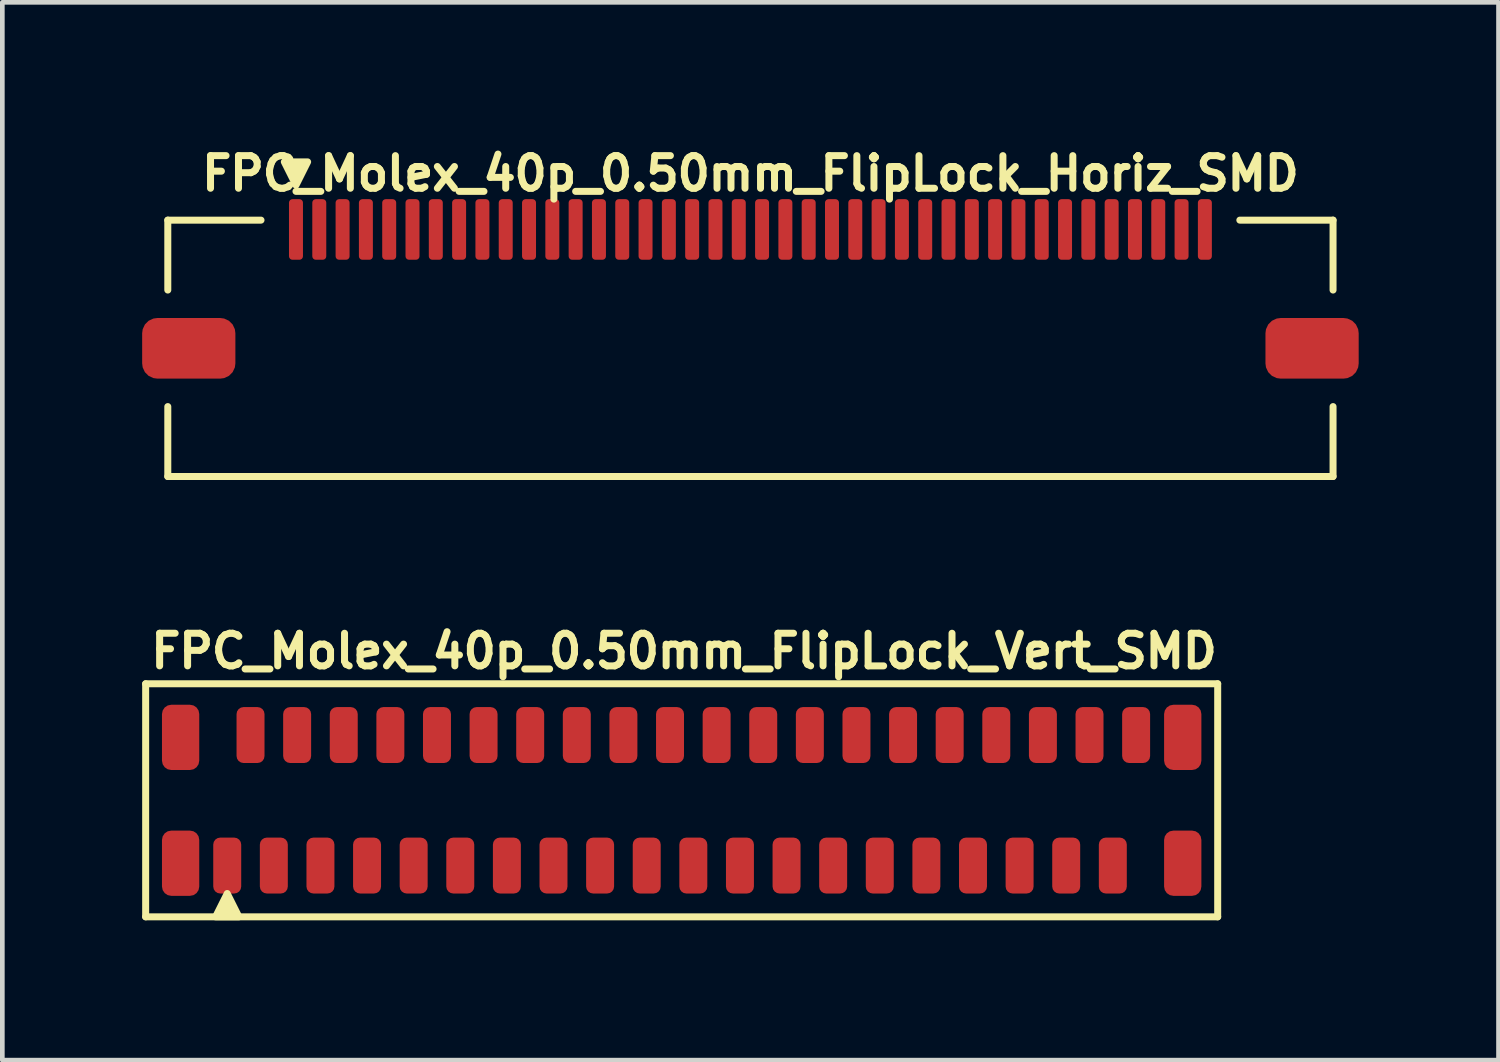
<source format=kicad_pcb>
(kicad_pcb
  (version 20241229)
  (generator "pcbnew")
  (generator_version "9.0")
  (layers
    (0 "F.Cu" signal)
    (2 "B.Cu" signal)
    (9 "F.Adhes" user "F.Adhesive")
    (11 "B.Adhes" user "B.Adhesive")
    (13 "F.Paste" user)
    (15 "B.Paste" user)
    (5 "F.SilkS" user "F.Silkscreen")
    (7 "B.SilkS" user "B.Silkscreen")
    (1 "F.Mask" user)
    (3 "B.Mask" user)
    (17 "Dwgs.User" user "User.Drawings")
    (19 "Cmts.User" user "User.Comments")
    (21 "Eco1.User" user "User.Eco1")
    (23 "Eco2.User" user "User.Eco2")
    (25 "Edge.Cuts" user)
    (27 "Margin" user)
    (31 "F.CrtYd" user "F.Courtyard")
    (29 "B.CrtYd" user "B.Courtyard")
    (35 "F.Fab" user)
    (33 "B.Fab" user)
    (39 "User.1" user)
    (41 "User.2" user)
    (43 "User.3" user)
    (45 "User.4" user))
  (footprint "FPC_Molex_40p_0.50mm_FlipLock_Horiz_SMD"
    (layer "F.Cu")
    (at 13.05 2.673)
    (property "Reference" "FPC_Molex_40p_0.50mm_FlipLock_Horiz_SMD" (at 0 -2 0) (layer "F.SilkS") (effects (font (size 0.7 0.7) (thickness 0.15))))
    (attr smd)
    (fp_line (start -12.5 -1) (end -12.5 0.5) (stroke (width 0.15) (type solid)) (layer "F.SilkS"))
    (fp_line (start -12.5 3) (end -12.5 4.5) (stroke (width 0.15) (type solid)) (layer "F.SilkS"))
    (fp_line (start -12.5 4.5) (end 12.5 4.5) (stroke (width 0.15) (type solid)) (layer "F.SilkS"))
    (fp_line (start -10.5 -1) (end -12.5 -1) (stroke (width 0.15) (type solid)) (layer "F.SilkS"))
    (fp_line (start 10.5 -1) (end 12.5 -1) (stroke (width 0.15) (type solid)) (layer "F.SilkS"))
    (fp_line (start 12.5 -1) (end 12.5 0.5) (stroke (width 0.15) (type solid)) (layer "F.SilkS"))
    (fp_line (start 12.5 4.5) (end 12.5 3) (stroke (width 0.15) (type solid)) (layer "F.SilkS"))
    (fp_poly (pts (xy -9.75 -1.75) (xy -10 -2.25) (xy -9.5 -2.25)) (stroke (width 0.15) (type solid)) (fill yes) (layer "F.SilkS"))
    (pad "1" smd roundrect (at -9.75 -0.8) (size 0.3 1.3) (layers "F.Cu" "F.Mask" "F.Paste") (roundrect_rratio 0.25))
    (pad "2" smd roundrect (at -9.25 -0.8) (size 0.3 1.3) (layers "F.Cu" "F.Mask" "F.Paste") (roundrect_rratio 0.25))
    (pad "3" smd roundrect (at -8.75 -0.8) (size 0.3 1.3) (layers "F.Cu" "F.Mask" "F.Paste") (roundrect_rratio 0.25))
    (pad "4" smd roundrect (at -8.25 -0.8) (size 0.3 1.3) (layers "F.Cu" "F.Mask" "F.Paste") (roundrect_rratio 0.25))
    (pad "5" smd roundrect (at -7.75 -0.8) (size 0.3 1.3) (layers "F.Cu" "F.Mask" "F.Paste") (roundrect_rratio 0.25))
    (pad "6" smd roundrect (at -7.25 -0.8) (size 0.3 1.3) (layers "F.Cu" "F.Mask" "F.Paste") (roundrect_rratio 0.25))
    (pad "7" smd roundrect (at -6.75 -0.8) (size 0.3 1.3) (layers "F.Cu" "F.Mask" "F.Paste") (roundrect_rratio 0.25))
    (pad "8" smd roundrect (at -6.25 -0.8) (size 0.3 1.3) (layers "F.Cu" "F.Mask" "F.Paste") (roundrect_rratio 0.25))
    (pad "9" smd roundrect (at -5.75 -0.8) (size 0.3 1.3) (layers "F.Cu" "F.Mask" "F.Paste") (roundrect_rratio 0.25))
    (pad "10" smd roundrect (at -5.25 -0.8) (size 0.3 1.3) (layers "F.Cu" "F.Mask" "F.Paste") (roundrect_rratio 0.25))
    (pad "11" smd roundrect (at -4.75 -0.8) (size 0.3 1.3) (layers "F.Cu" "F.Mask" "F.Paste") (roundrect_rratio 0.25))
    (pad "12" smd roundrect (at -4.25 -0.8) (size 0.3 1.3) (layers "F.Cu" "F.Mask" "F.Paste") (roundrect_rratio 0.25))
    (pad "13" smd roundrect (at -3.75 -0.8) (size 0.3 1.3) (layers "F.Cu" "F.Mask" "F.Paste") (roundrect_rratio 0.25))
    (pad "14" smd roundrect (at -3.25 -0.8) (size 0.3 1.3) (layers "F.Cu" "F.Mask" "F.Paste") (roundrect_rratio 0.25))
    (pad "15" smd roundrect (at -2.75 -0.8) (size 0.3 1.3) (layers "F.Cu" "F.Mask" "F.Paste") (roundrect_rratio 0.25))
    (pad "16" smd roundrect (at -2.25 -0.8) (size 0.3 1.3) (layers "F.Cu" "F.Mask" "F.Paste") (roundrect_rratio 0.25))
    (pad "17" smd roundrect (at -1.75 -0.8) (size 0.3 1.3) (layers "F.Cu" "F.Mask" "F.Paste") (roundrect_rratio 0.25))
    (pad "18" smd roundrect (at -1.25 -0.8) (size 0.3 1.3) (layers "F.Cu" "F.Mask" "F.Paste") (roundrect_rratio 0.25))
    (pad "19" smd roundrect (at -0.75 -0.8) (size 0.3 1.3) (layers "F.Cu" "F.Mask" "F.Paste") (roundrect_rratio 0.25))
    (pad "20" smd roundrect (at -0.25 -0.8) (size 0.3 1.3) (layers "F.Cu" "F.Mask" "F.Paste") (roundrect_rratio 0.25))
    (pad "21" smd roundrect (at 0.25 -0.8) (size 0.3 1.3) (layers "F.Cu" "F.Mask" "F.Paste") (roundrect_rratio 0.25))
    (pad "22" smd roundrect (at 0.75 -0.8) (size 0.3 1.3) (layers "F.Cu" "F.Mask" "F.Paste") (roundrect_rratio 0.25))
    (pad "23" smd roundrect (at 1.25 -0.8) (size 0.3 1.3) (layers "F.Cu" "F.Mask" "F.Paste") (roundrect_rratio 0.25))
    (pad "24" smd roundrect (at 1.75 -0.8) (size 0.3 1.3) (layers "F.Cu" "F.Mask" "F.Paste") (roundrect_rratio 0.25))
    (pad "25" smd roundrect (at 2.25 -0.8) (size 0.3 1.3) (layers "F.Cu" "F.Mask" "F.Paste") (roundrect_rratio 0.25))
    (pad "26" smd roundrect (at 2.75 -0.8) (size 0.3 1.3) (layers "F.Cu" "F.Mask" "F.Paste") (roundrect_rratio 0.25))
    (pad "27" smd roundrect (at 3.25 -0.8) (size 0.3 1.3) (layers "F.Cu" "F.Mask" "F.Paste") (roundrect_rratio 0.25))
    (pad "28" smd roundrect (at 3.75 -0.8) (size 0.3 1.3) (layers "F.Cu" "F.Mask" "F.Paste") (roundrect_rratio 0.25))
    (pad "29" smd roundrect (at 4.25 -0.8) (size 0.3 1.3) (layers "F.Cu" "F.Mask" "F.Paste") (roundrect_rratio 0.25))
    (pad "30" smd roundrect (at 4.75 -0.8) (size 0.3 1.3) (layers "F.Cu" "F.Mask" "F.Paste") (roundrect_rratio 0.25))
    (pad "31" smd roundrect (at 5.25 -0.8) (size 0.3 1.3) (layers "F.Cu" "F.Mask" "F.Paste") (roundrect_rratio 0.25))
    (pad "32" smd roundrect (at 5.75 -0.8) (size 0.3 1.3) (layers "F.Cu" "F.Mask" "F.Paste") (roundrect_rratio 0.25))
    (pad "33" smd roundrect (at 6.25 -0.8) (size 0.3 1.3) (layers "F.Cu" "F.Mask" "F.Paste") (roundrect_rratio 0.25))
    (pad "34" smd roundrect (at 6.75 -0.8) (size 0.3 1.3) (layers "F.Cu" "F.Mask" "F.Paste") (roundrect_rratio 0.25))
    (pad "35" smd roundrect (at 7.25 -0.8) (size 0.3 1.3) (layers "F.Cu" "F.Mask" "F.Paste") (roundrect_rratio 0.25))
    (pad "36" smd roundrect (at 7.75 -0.8) (size 0.3 1.3) (layers "F.Cu" "F.Mask" "F.Paste") (roundrect_rratio 0.25))
    (pad "37" smd roundrect (at 8.25 -0.8) (size 0.3 1.3) (layers "F.Cu" "F.Mask" "F.Paste") (roundrect_rratio 0.25))
    (pad "38" smd roundrect (at 8.75 -0.8) (size 0.3 1.3) (layers "F.Cu" "F.Mask" "F.Paste") (roundrect_rratio 0.25))
    (pad "39" smd roundrect (at 9.25 -0.8) (size 0.3 1.3) (layers "F.Cu" "F.Mask" "F.Paste") (roundrect_rratio 0.25))
    (pad "40" smd roundrect (at 9.75 -0.8) (size 0.3 1.3) (layers "F.Cu" "F.Mask" "F.Paste") (roundrect_rratio 0.25))
    (pad "41" smd roundrect (at -12.05 1.75) (size 2 1.3) (layers "F.Cu" "F.Mask" "F.Paste") (roundrect_rratio 0.25))
    (pad "41" smd roundrect (at 12.05 1.75) (size 2 1.3) (layers "F.Cu" "F.Mask" "F.Paste") (roundrect_rratio 0.25)))
  (footprint "FPC_Molex_40p_0.50mm_FlipLock_Vert_SMD"
    (layer "F.Cu")
    (at 11.575 14.12)
    (property "Reference" "FPC_Molex_40p_0.50mm_FlipLock_Vert_SMD" (at 0.05 -3.2 0) (layer "F.SilkS") (effects (font (size 0.7 0.7) (thickness 0.15))))
    (attr smd)
    (fp_line (start -11.5 -2.5) (end 11.5 -2.5) (stroke (width 0.15) (type solid)) (layer "F.SilkS"))
    (fp_line (start -11.5 2.5) (end -11.5 -2.5) (stroke (width 0.15) (type solid)) (layer "F.SilkS"))
    (fp_line (start 11.5 -2.5) (end 11.5 2.5) (stroke (width 0.15) (type solid)) (layer "F.SilkS"))
    (fp_line (start 11.5 2.5) (end -11.5 2.5) (stroke (width 0.15) (type solid)) (layer "F.SilkS"))
    (fp_poly (pts (xy -9.75 2) (xy -10 2.5) (xy -9.5 2.5)) (stroke (width 0.15) (type solid)) (fill yes) (layer "F.SilkS"))
    (pad "1" smd roundrect (at -9.75 1.4) (size 0.6 1.2) (layers "F.Cu" "F.Mask" "F.Paste") (roundrect_rratio 0.25))
    (pad "2" smd roundrect (at -9.25 -1.4) (size 0.6 1.2) (layers "F.Cu" "F.Mask" "F.Paste") (roundrect_rratio 0.25))
    (pad "3" smd roundrect (at -8.75 1.4) (size 0.6 1.2) (layers "F.Cu" "F.Mask" "F.Paste") (roundrect_rratio 0.25))
    (pad "4" smd roundrect (at -8.25 -1.4) (size 0.6 1.2) (layers "F.Cu" "F.Mask" "F.Paste") (roundrect_rratio 0.25))
    (pad "5" smd roundrect (at -7.75 1.4) (size 0.6 1.2) (layers "F.Cu" "F.Mask" "F.Paste") (roundrect_rratio 0.25))
    (pad "6" smd roundrect (at -7.25 -1.4) (size 0.6 1.2) (layers "F.Cu" "F.Mask" "F.Paste") (roundrect_rratio 0.25))
    (pad "7" smd roundrect (at -6.75 1.4) (size 0.6 1.2) (layers "F.Cu" "F.Mask" "F.Paste") (roundrect_rratio 0.25))
    (pad "8" smd roundrect (at -6.25 -1.4) (size 0.6 1.2) (layers "F.Cu" "F.Mask" "F.Paste") (roundrect_rratio 0.25))
    (pad "9" smd roundrect (at -5.75 1.4) (size 0.6 1.2) (layers "F.Cu" "F.Mask" "F.Paste") (roundrect_rratio 0.25))
    (pad "10" smd roundrect (at -5.25 -1.4) (size 0.6 1.2) (layers "F.Cu" "F.Mask" "F.Paste") (roundrect_rratio 0.25))
    (pad "11" smd roundrect (at -4.75 1.4) (size 0.6 1.2) (layers "F.Cu" "F.Mask" "F.Paste") (roundrect_rratio 0.25))
    (pad "12" smd roundrect (at -4.25 -1.4) (size 0.6 1.2) (layers "F.Cu" "F.Mask" "F.Paste") (roundrect_rratio 0.25))
    (pad "13" smd roundrect (at -3.75 1.4) (size 0.6 1.2) (layers "F.Cu" "F.Mask" "F.Paste") (roundrect_rratio 0.25))
    (pad "14" smd roundrect (at -3.25 -1.4) (size 0.6 1.2) (layers "F.Cu" "F.Mask" "F.Paste") (roundrect_rratio 0.25))
    (pad "15" smd roundrect (at -2.75 1.4) (size 0.6 1.2) (layers "F.Cu" "F.Mask" "F.Paste") (roundrect_rratio 0.25))
    (pad "16" smd roundrect (at -2.25 -1.4) (size 0.6 1.2) (layers "F.Cu" "F.Mask" "F.Paste") (roundrect_rratio 0.25))
    (pad "17" smd roundrect (at -1.75 1.4) (size 0.6 1.2) (layers "F.Cu" "F.Mask" "F.Paste") (roundrect_rratio 0.25))
    (pad "18" smd roundrect (at -1.25 -1.4) (size 0.6 1.2) (layers "F.Cu" "F.Mask" "F.Paste") (roundrect_rratio 0.25))
    (pad "19" smd roundrect (at -0.75 1.4) (size 0.6 1.2) (layers "F.Cu" "F.Mask" "F.Paste") (roundrect_rratio 0.25))
    (pad "20" smd roundrect (at -0.25 -1.4) (size 0.6 1.2) (layers "F.Cu" "F.Mask" "F.Paste") (roundrect_rratio 0.25))
    (pad "21" smd roundrect (at 0.25 1.4) (size 0.6 1.2) (layers "F.Cu" "F.Mask" "F.Paste") (roundrect_rratio 0.25))
    (pad "22" smd roundrect (at 0.75 -1.4) (size 0.6 1.2) (layers "F.Cu" "F.Mask" "F.Paste") (roundrect_rratio 0.25))
    (pad "23" smd roundrect (at 1.25 1.4) (size 0.6 1.2) (layers "F.Cu" "F.Mask" "F.Paste") (roundrect_rratio 0.25))
    (pad "24" smd roundrect (at 1.75 -1.4) (size 0.6 1.2) (layers "F.Cu" "F.Mask" "F.Paste") (roundrect_rratio 0.25))
    (pad "25" smd roundrect (at 2.25 1.4) (size 0.6 1.2) (layers "F.Cu" "F.Mask" "F.Paste") (roundrect_rratio 0.25))
    (pad "26" smd roundrect (at 2.75 -1.4) (size 0.6 1.2) (layers "F.Cu" "F.Mask" "F.Paste") (roundrect_rratio 0.25))
    (pad "27" smd roundrect (at 3.25 1.4) (size 0.6 1.2) (layers "F.Cu" "F.Mask" "F.Paste") (roundrect_rratio 0.25))
    (pad "28" smd roundrect (at 3.75 -1.4) (size 0.6 1.2) (layers "F.Cu" "F.Mask" "F.Paste") (roundrect_rratio 0.25))
    (pad "29" smd roundrect (at 4.25 1.4) (size 0.6 1.2) (layers "F.Cu" "F.Mask" "F.Paste") (roundrect_rratio 0.25))
    (pad "30" smd roundrect (at 4.75 -1.4) (size 0.6 1.2) (layers "F.Cu" "F.Mask" "F.Paste") (roundrect_rratio 0.25))
    (pad "31" smd roundrect (at 5.25 1.4) (size 0.6 1.2) (layers "F.Cu" "F.Mask" "F.Paste") (roundrect_rratio 0.25))
    (pad "32" smd roundrect (at 5.75 -1.4) (size 0.6 1.2) (layers "F.Cu" "F.Mask" "F.Paste") (roundrect_rratio 0.25))
    (pad "33" smd roundrect (at 6.25 1.4) (size 0.6 1.2) (layers "F.Cu" "F.Mask" "F.Paste") (roundrect_rratio 0.25))
    (pad "34" smd roundrect (at 6.75 -1.4) (size 0.6 1.2) (layers "F.Cu" "F.Mask" "F.Paste") (roundrect_rratio 0.25))
    (pad "35" smd roundrect (at 7.25 1.4) (size 0.6 1.2) (layers "F.Cu" "F.Mask" "F.Paste") (roundrect_rratio 0.25))
    (pad "36" smd roundrect (at 7.75 -1.4) (size 0.6 1.2) (layers "F.Cu" "F.Mask" "F.Paste") (roundrect_rratio 0.25))
    (pad "37" smd roundrect (at 8.25 1.4) (size 0.6 1.2) (layers "F.Cu" "F.Mask" "F.Paste") (roundrect_rratio 0.25))
    (pad "38" smd roundrect (at 8.75 -1.4) (size 0.6 1.2) (layers "F.Cu" "F.Mask" "F.Paste") (roundrect_rratio 0.25))
    (pad "39" smd roundrect (at 9.25 1.4) (size 0.6 1.2) (layers "F.Cu" "F.Mask" "F.Paste") (roundrect_rratio 0.25))
    (pad "40" smd roundrect (at 9.75 -1.4) (size 0.6 1.2) (layers "F.Cu" "F.Mask" "F.Paste") (roundrect_rratio 0.25))
    (pad "41" smd roundrect (at -10.75 -1.35) (size 0.8 1.4) (layers "F.Cu" "F.Mask" "F.Paste") (roundrect_rratio 0.25))
    (pad "41" smd roundrect (at -10.75 1.35) (size 0.8 1.4) (layers "F.Cu" "F.Mask" "F.Paste") (roundrect_rratio 0.25))
    (pad "41" smd roundrect (at 10.75 -1.35) (size 0.8 1.4) (layers "F.Cu" "F.Mask" "F.Paste") (roundrect_rratio 0.25))
    (pad "41" smd roundrect (at 10.75 1.35) (size 0.8 1.4) (layers "F.Cu" "F.Mask" "F.Paste") (roundrect_rratio 0.25)))
  (gr_rect
    (start -3 -3)
    (end 29.1 19.695)
    (stroke (width 0.1) (type default))
    (fill no)
    (layer "Edge.Cuts")))
</source>
